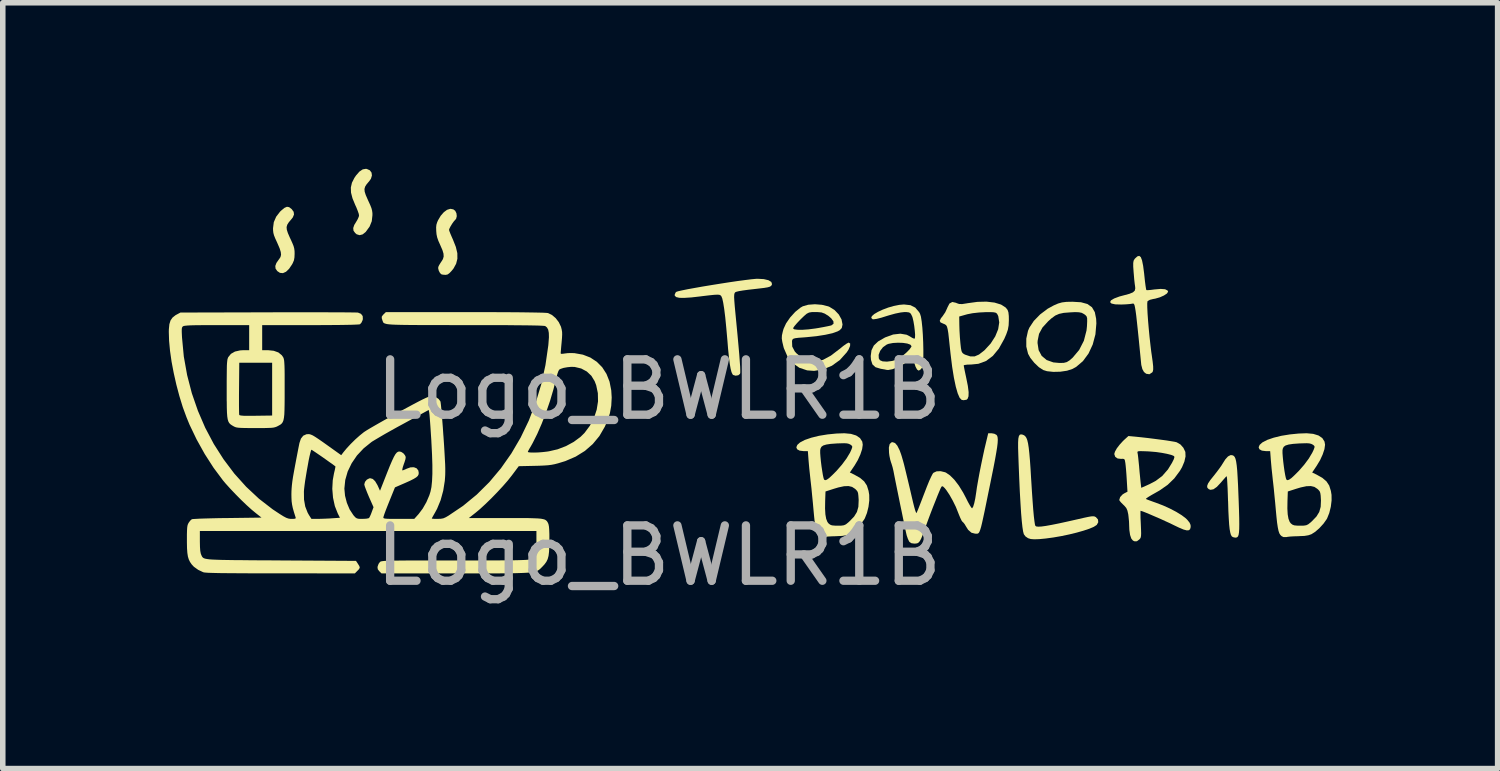
<source format=kicad_pcb>
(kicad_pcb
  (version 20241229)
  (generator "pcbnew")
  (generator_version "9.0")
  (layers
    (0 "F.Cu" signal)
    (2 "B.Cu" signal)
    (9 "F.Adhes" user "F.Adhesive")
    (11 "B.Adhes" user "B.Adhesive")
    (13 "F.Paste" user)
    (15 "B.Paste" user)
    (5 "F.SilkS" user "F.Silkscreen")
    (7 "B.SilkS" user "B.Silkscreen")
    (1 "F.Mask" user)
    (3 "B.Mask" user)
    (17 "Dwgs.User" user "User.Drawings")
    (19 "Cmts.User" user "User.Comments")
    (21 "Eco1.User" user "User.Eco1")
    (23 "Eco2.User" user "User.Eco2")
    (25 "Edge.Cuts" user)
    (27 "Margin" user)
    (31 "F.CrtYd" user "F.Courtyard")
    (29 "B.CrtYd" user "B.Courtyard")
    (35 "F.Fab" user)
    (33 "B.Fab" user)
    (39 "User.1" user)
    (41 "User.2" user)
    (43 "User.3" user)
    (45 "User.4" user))
  (footprint "Logo_BWLR1B"
    (layer "F.Cu")
    (at 8.856 4.488)
    (property "Reference" "Logo_BWLR1B" (at 0 -0.5 0) (unlocked yes) (layer "F.Fab") (effects (font (size 1 1) (thickness 0.15))))
    (attr smd)
    (fp_poly (pts (xy -5.277 -4.485) (xy -5.224 -4.461) (xy -5.193 -4.419) (xy -5.186 -4.367) (xy -5.204 -4.308) (xy -5.236 -4.263) (xy -5.281 -4.21) (xy -5.309 -4.166) (xy -5.321 -4.123) (xy -5.317 -4.075) (xy -5.298 -4.015) (xy -5.264 -3.937) (xy -5.251 -3.908) (xy -5.217 -3.834) (xy -5.195 -3.778) (xy -5.183 -3.732) (xy -5.177 -3.687) (xy -5.177 -3.649) (xy -5.189 -3.541) (xy -5.228 -3.444) (xy -5.295 -3.352) (xy -5.299 -3.347) (xy -5.354 -3.303) (xy -5.409 -3.289) (xy -5.462 -3.305) (xy -5.489 -3.328) (xy -5.519 -3.37) (xy -5.524 -3.418) (xy -5.505 -3.474) (xy -5.473 -3.526) (xy -5.444 -3.576) (xy -5.424 -3.621) (xy -5.419 -3.647) (xy -5.425 -3.678) (xy -5.443 -3.729) (xy -5.468 -3.792) (xy -5.488 -3.835) (xy -5.537 -3.954) (xy -5.564 -4.058) (xy -5.567 -4.15) (xy -5.547 -4.237) (xy -5.503 -4.324) (xy -5.473 -4.368) (xy -5.412 -4.438) (xy -5.352 -4.478) (xy -5.294 -4.488)) (stroke (width 0) (type solid)) (fill yes) (layer "F.SilkS"))
    (fp_poly (pts (xy -6.682 -3.795) (xy -6.641 -3.764) (xy -6.636 -3.76) (xy -6.6 -3.711) (xy -6.594 -3.662) (xy -6.616 -3.609) (xy -6.643 -3.575) (xy -6.688 -3.522) (xy -6.716 -3.478) (xy -6.728 -3.435) (xy -6.724 -3.388) (xy -6.705 -3.328) (xy -6.671 -3.249) (xy -6.657 -3.22) (xy -6.624 -3.147) (xy -6.602 -3.093) (xy -6.59 -3.048) (xy -6.584 -3.003) (xy -6.583 -2.953) (xy -6.586 -2.886) (xy -6.595 -2.835) (xy -6.616 -2.785) (xy -6.629 -2.761) (xy -6.683 -2.681) (xy -6.738 -2.628) (xy -6.794 -2.603) (xy -6.848 -2.608) (xy -6.896 -2.64) (xy -6.927 -2.684) (xy -6.932 -2.732) (xy -6.912 -2.787) (xy -6.865 -2.854) (xy -6.862 -2.857) (xy -6.838 -2.894) (xy -6.828 -2.935) (xy -6.833 -2.984) (xy -6.853 -3.049) (xy -6.889 -3.133) (xy -6.899 -3.156) (xy -6.933 -3.23) (xy -6.955 -3.285) (xy -6.967 -3.33) (xy -6.972 -3.374) (xy -6.973 -3.415) (xy -6.959 -3.524) (xy -6.916 -3.623) (xy -6.845 -3.715) (xy -6.819 -3.739) (xy -6.765 -3.783) (xy -6.721 -3.802)) (stroke (width 0) (type solid)) (fill yes) (layer "F.SilkS"))
    (fp_poly (pts (xy -3.715 -3.755) (xy -3.681 -3.729) (xy -3.659 -3.684) (xy -3.653 -3.633) (xy -3.664 -3.588) (xy -3.678 -3.569) (xy -3.704 -3.541) (xy -3.735 -3.498) (xy -3.764 -3.451) (xy -3.785 -3.41) (xy -3.793 -3.386) (xy -3.787 -3.363) (xy -3.77 -3.319) (xy -3.745 -3.26) (xy -3.721 -3.206) (xy -3.67 -3.077) (xy -3.643 -2.964) (xy -3.642 -2.863) (xy -3.665 -2.772) (xy -3.713 -2.685) (xy -3.748 -2.642) (xy -3.789 -2.6) (xy -3.821 -2.578) (xy -3.854 -2.572) (xy -3.861 -2.572) (xy -3.902 -2.575) (xy -3.93 -2.581) (xy -3.956 -2.605) (xy -3.978 -2.646) (xy -3.989 -2.69) (xy -3.987 -2.715) (xy -3.972 -2.747) (xy -3.945 -2.791) (xy -3.932 -2.81) (xy -3.903 -2.857) (xy -3.89 -2.903) (xy -3.893 -2.955) (xy -3.912 -3.019) (xy -3.948 -3.102) (xy -3.952 -3.111) (xy -3.986 -3.187) (xy -4.007 -3.248) (xy -4.019 -3.305) (xy -4.024 -3.364) (xy -4.026 -3.43) (xy -4.021 -3.478) (xy -4.007 -3.523) (xy -3.991 -3.559) (xy -3.943 -3.64) (xy -3.887 -3.704) (xy -3.829 -3.747) (xy -3.774 -3.764) (xy -3.767 -3.765)) (stroke (width 0) (type solid)) (fill yes) (layer "F.SilkS"))
    (fp_poly (pts (xy 10.363 0.688) (xy 10.384 0.698) (xy 10.402 0.718) (xy 10.417 0.752) (xy 10.429 0.803) (xy 10.439 0.873) (xy 10.448 0.965) (xy 10.455 1.083) (xy 10.463 1.23) (xy 10.47 1.408) (xy 10.474 1.507) (xy 10.48 1.68) (xy 10.484 1.821) (xy 10.485 1.932) (xy 10.484 2.017) (xy 10.48 2.08) (xy 10.473 2.124) (xy 10.463 2.152) (xy 10.448 2.168) (xy 10.429 2.175) (xy 10.412 2.176) (xy 10.371 2.167) (xy 10.35 2.153) (xy 10.334 2.126) (xy 10.322 2.083) (xy 10.311 2.022) (xy 10.302 1.938) (xy 10.295 1.829) (xy 10.288 1.691) (xy 10.283 1.52) (xy 10.282 1.515) (xy 10.278 1.392) (xy 10.274 1.282) (xy 10.269 1.19) (xy 10.265 1.12) (xy 10.26 1.077) (xy 10.257 1.066) (xy 10.24 1.081) (xy 10.207 1.118) (xy 10.164 1.168) (xy 10.151 1.183) (xy 10.08 1.259) (xy 10.019 1.302) (xy 9.966 1.312) (xy 9.935 1.301) (xy 9.909 1.276) (xy 9.904 1.243) (xy 9.921 1.197) (xy 9.962 1.136) (xy 10.014 1.071) (xy 10.07 1) (xy 10.123 0.93) (xy 10.165 0.87) (xy 10.179 0.847) (xy 10.233 0.762) (xy 10.281 0.709) (xy 10.325 0.686) (xy 10.339 0.685)) (stroke (width 0) (type solid)) (fill yes) (layer "F.SilkS"))
    (fp_poly (pts (xy 7.625 -2.077) (xy 7.742 -2.045) (xy 7.824 -1.986) (xy 7.875 -1.898) (xy 7.899 -1.778) (xy 7.903 -1.695) (xy 7.886 -1.497) (xy 7.837 -1.313) (xy 7.761 -1.15) (xy 7.66 -1.013) (xy 7.538 -0.909) (xy 7.473 -0.873) (xy 7.373 -0.84) (xy 7.251 -0.822) (xy 7.125 -0.819) (xy 7.012 -0.831) (xy 6.944 -0.852) (xy 6.865 -0.903) (xy 6.783 -0.981) (xy 6.711 -1.07) (xy 6.669 -1.146) (xy 6.637 -1.276) (xy 6.637 -1.341) (xy 6.84 -1.341) (xy 6.86 -1.211) (xy 6.915 -1.108) (xy 7.005 -1.033) (xy 7.126 -0.99) (xy 7.237 -0.98) (xy 7.315 -0.982) (xy 7.369 -0.996) (xy 7.419 -1.027) (xy 7.474 -1.075) (xy 7.592 -1.215) (xy 7.677 -1.381) (xy 7.725 -1.567) (xy 7.733 -1.644) (xy 7.737 -1.734) (xy 7.736 -1.79) (xy 7.725 -1.824) (xy 7.703 -1.847) (xy 7.679 -1.864) (xy 7.638 -1.886) (xy 7.588 -1.896) (xy 7.517 -1.899) (xy 7.427 -1.894) (xy 7.313 -1.885) (xy 7.23 -1.867) (xy 7.161 -1.837) (xy 7.091 -1.786) (xy 7.031 -1.732) (xy 6.929 -1.62) (xy 6.867 -1.506) (xy 6.842 -1.381) (xy 6.84 -1.341) (xy 6.637 -1.341) (xy 6.637 -1.42) (xy 6.668 -1.561) (xy 6.693 -1.619) (xy 6.773 -1.74) (xy 6.887 -1.857) (xy 7.023 -1.96) (xy 7.131 -2.019) (xy 7.211 -2.054) (xy 7.282 -2.074) (xy 7.363 -2.084) (xy 7.471 -2.086) (xy 7.471 -2.086)) (stroke (width 0) (type solid)) (fill yes) (layer "F.SilkS"))
    (fp_poly (pts (xy 6.57 0.315) (xy 6.572 0.316) (xy 6.598 0.327) (xy 6.62 0.346) (xy 6.639 0.374) (xy 6.655 0.416) (xy 6.669 0.475) (xy 6.681 0.553) (xy 6.692 0.654) (xy 6.703 0.78) (xy 6.714 0.937) (xy 6.725 1.125) (xy 6.727 1.152) (xy 6.739 1.346) (xy 6.751 1.518) (xy 6.762 1.666) (xy 6.773 1.787) (xy 6.784 1.878) (xy 6.793 1.938) (xy 6.801 1.963) (xy 6.818 1.974) (xy 6.854 1.978) (xy 6.911 1.975) (xy 6.991 1.964) (xy 7.097 1.945) (xy 7.231 1.918) (xy 7.395 1.882) (xy 7.577 1.841) (xy 7.681 1.817) (xy 7.757 1.801) (xy 7.809 1.792) (xy 7.844 1.79) (xy 7.869 1.793) (xy 7.888 1.802) (xy 7.895 1.806) (xy 7.932 1.848) (xy 7.937 1.898) (xy 7.91 1.946) (xy 7.906 1.949) (xy 7.856 1.981) (xy 7.776 2.015) (xy 7.671 2.05) (xy 7.548 2.085) (xy 7.413 2.118) (xy 7.27 2.148) (xy 7.126 2.173) (xy 6.986 2.192) (xy 6.871 2.203) (xy 6.781 2.206) (xy 6.717 2.201) (xy 6.669 2.186) (xy 6.669 2.186) (xy 6.623 2.155) (xy 6.593 2.115) (xy 6.592 2.112) (xy 6.579 2.063) (xy 6.567 1.984) (xy 6.555 1.873) (xy 6.543 1.73) (xy 6.532 1.555) (xy 6.52 1.346) (xy 6.509 1.103) (xy 6.498 0.825) (xy 6.493 0.685) (xy 6.489 0.555) (xy 6.489 0.457) (xy 6.493 0.387) (xy 6.503 0.342) (xy 6.518 0.318) (xy 6.54 0.31)) (stroke (width 0) (type solid)) (fill yes) (layer "F.SilkS"))
    (fp_poly (pts (xy 1.894 -2.495) (xy 1.979 -2.475) (xy 2.03 -2.444) (xy 2.043 -2.404) (xy 2.04 -2.396) (xy 2.029 -2.375) (xy 2.006 -2.359) (xy 1.966 -2.347) (xy 1.9 -2.336) (xy 1.8 -2.324) (xy 1.721 -2.315) (xy 1.615 -2.303) (xy 1.519 -2.29) (xy 1.447 -2.278) (xy 1.422 -2.272) (xy 1.398 -2.266) (xy 1.379 -2.258) (xy 1.367 -2.243) (xy 1.36 -2.215) (xy 1.358 -2.169) (xy 1.362 -2.099) (xy 1.37 -1.998) (xy 1.383 -1.862) (xy 1.396 -1.728) (xy 1.419 -1.488) (xy 1.437 -1.291) (xy 1.451 -1.132) (xy 1.46 -1.008) (xy 1.467 -0.915) (xy 1.469 -0.849) (xy 1.469 -0.807) (xy 1.465 -0.785) (xy 1.465 -0.784) (xy 1.434 -0.758) (xy 1.385 -0.75) (xy 1.341 -0.763) (xy 1.33 -0.774) (xy 1.311 -0.814) (xy 1.295 -0.875) (xy 1.28 -0.961) (xy 1.265 -1.079) (xy 1.249 -1.233) (xy 1.238 -1.371) (xy 1.217 -1.608) (xy 1.198 -1.802) (xy 1.179 -1.955) (xy 1.161 -2.068) (xy 1.144 -2.145) (xy 1.126 -2.188) (xy 1.125 -2.189) (xy 1.111 -2.203) (xy 1.09 -2.212) (xy 1.053 -2.214) (xy 0.995 -2.211) (xy 0.907 -2.202) (xy 0.781 -2.187) (xy 0.751 -2.183) (xy 0.584 -2.164) (xy 0.458 -2.156) (xy 0.369 -2.157) (xy 0.313 -2.17) (xy 0.287 -2.193) (xy 0.283 -2.21) (xy 0.299 -2.25) (xy 0.312 -2.264) (xy 0.344 -2.275) (xy 0.414 -2.291) (xy 0.517 -2.312) (xy 0.644 -2.335) (xy 0.79 -2.361) (xy 0.948 -2.387) (xy 1.11 -2.413) (xy 1.27 -2.438) (xy 1.42 -2.46) (xy 1.556 -2.478) (xy 1.668 -2.492) (xy 1.752 -2.5) (xy 1.784 -2.501)) (stroke (width 0) (type solid)) (fill yes) (layer "F.SilkS"))
    (fp_poly (pts (xy 8.706 -2.892) (xy 8.728 -2.834) (xy 8.748 -2.736) (xy 8.766 -2.597) (xy 8.77 -2.558) (xy 8.781 -2.455) (xy 8.792 -2.371) (xy 8.801 -2.315) (xy 8.806 -2.297) (xy 8.832 -2.295) (xy 8.889 -2.3) (xy 8.949 -2.308) (xy 9.063 -2.318) (xy 9.145 -2.312) (xy 9.19 -2.289) (xy 9.199 -2.267) (xy 9.178 -2.235) (xy 9.124 -2.199) (xy 9.05 -2.166) (xy 8.966 -2.142) (xy 8.931 -2.136) (xy 8.87 -2.121) (xy 8.83 -2.098) (xy 8.826 -2.091) (xy 8.822 -2.053) (xy 8.823 -1.978) (xy 8.828 -1.872) (xy 8.837 -1.745) (xy 8.849 -1.605) (xy 8.863 -1.458) (xy 8.879 -1.314) (xy 8.895 -1.18) (xy 8.903 -1.126) (xy 8.92 -1.004) (xy 8.929 -0.92) (xy 8.93 -0.864) (xy 8.924 -0.83) (xy 8.913 -0.81) (xy 8.861 -0.776) (xy 8.803 -0.785) (xy 8.763 -0.817) (xy 8.734 -0.869) (xy 8.716 -0.939) (xy 8.714 -0.949) (xy 8.689 -1.204) (xy 8.668 -1.416) (xy 8.65 -1.59) (xy 8.635 -1.73) (xy 8.623 -1.839) (xy 8.612 -1.92) (xy 8.602 -1.979) (xy 8.594 -2.018) (xy 8.585 -2.041) (xy 8.576 -2.051) (xy 8.566 -2.054) (xy 8.555 -2.052) (xy 8.509 -2.045) (xy 8.433 -2.039) (xy 8.352 -2.036) (xy 8.243 -2.039) (xy 8.176 -2.054) (xy 8.151 -2.079) (xy 8.167 -2.111) (xy 8.224 -2.145) (xy 8.32 -2.181) (xy 8.395 -2.201) (xy 8.499 -2.229) (xy 8.564 -2.256) (xy 8.597 -2.287) (xy 8.606 -2.328) (xy 8.603 -2.361) (xy 8.596 -2.41) (xy 8.587 -2.49) (xy 8.579 -2.587) (xy 8.576 -2.62) (xy 8.569 -2.72) (xy 8.569 -2.786) (xy 8.576 -2.828) (xy 8.593 -2.857) (xy 8.601 -2.867) (xy 8.644 -2.906) (xy 8.678 -2.915)) (stroke (width 0) (type solid)) (fill yes) (layer "F.SilkS"))
    (fp_poly (pts (xy 2.944 -2.031) (xy 3.058 -2.003) (xy 3.08 -1.994) (xy 3.173 -1.936) (xy 3.249 -1.856) (xy 3.299 -1.766) (xy 3.316 -1.678) (xy 3.316 -1.671) (xy 3.303 -1.611) (xy 3.267 -1.573) (xy 3.228 -1.551) (xy 3.136 -1.518) (xy 3.005 -1.489) (xy 2.846 -1.464) (xy 2.667 -1.446) (xy 2.619 -1.442) (xy 2.52 -1.435) (xy 2.459 -1.427) (xy 2.425 -1.416) (xy 2.409 -1.398) (xy 2.404 -1.374) (xy 2.408 -1.276) (xy 2.454 -1.188) (xy 2.486 -1.153) (xy 2.597 -1.061) (xy 2.712 -1.011) (xy 2.834 -1.003) (xy 2.964 -1.036) (xy 3.105 -1.112) (xy 3.261 -1.231) (xy 3.262 -1.231) (xy 3.33 -1.287) (xy 3.388 -1.328) (xy 3.425 -1.347) (xy 3.429 -1.348) (xy 3.455 -1.331) (xy 3.453 -1.287) (xy 3.426 -1.223) (xy 3.393 -1.172) (xy 3.269 -1.034) (xy 3.125 -0.93) (xy 2.967 -0.864) (xy 2.803 -0.837) (xy 2.678 -0.846) (xy 2.537 -0.893) (xy 2.416 -0.978) (xy 2.322 -1.097) (xy 2.257 -1.246) (xy 2.251 -1.267) (xy 2.229 -1.359) (xy 2.219 -1.424) (xy 2.222 -1.48) (xy 2.237 -1.546) (xy 2.251 -1.596) (xy 2.255 -1.605) (xy 2.423 -1.605) (xy 2.444 -1.588) (xy 2.503 -1.58) (xy 2.591 -1.579) (xy 2.701 -1.587) (xy 2.825 -1.603) (xy 2.881 -1.612) (xy 2.975 -1.629) (xy 3.055 -1.645) (xy 3.108 -1.657) (xy 3.117 -1.66) (xy 3.154 -1.688) (xy 3.152 -1.732) (xy 3.113 -1.786) (xy 3.063 -1.829) (xy 2.997 -1.871) (xy 2.937 -1.893) (xy 2.859 -1.9) (xy 2.829 -1.9) (xy 2.76 -1.899) (xy 2.712 -1.891) (xy 2.67 -1.87) (xy 2.622 -1.829) (xy 2.557 -1.766) (xy 2.495 -1.701) (xy 2.448 -1.646) (xy 2.424 -1.61) (xy 2.423 -1.605) (xy 2.255 -1.605) (xy 2.297 -1.696) (xy 2.371 -1.803) (xy 2.462 -1.903) (xy 2.556 -1.979) (xy 2.599 -2.004) (xy 2.697 -2.032) (xy 2.818 -2.041)) (stroke (width 0) (type solid)) (fill yes) (layer "F.SilkS"))
    (fp_poly (pts (xy 6.063 -2.071) (xy 6.181 -2.035) (xy 6.265 -1.981) (xy 6.27 -1.975) (xy 6.299 -1.938) (xy 6.314 -1.894) (xy 6.321 -1.828) (xy 6.322 -1.754) (xy 6.318 -1.66) (xy 6.304 -1.581) (xy 6.276 -1.5) (xy 6.239 -1.415) (xy 6.141 -1.239) (xy 6.032 -1.107) (xy 5.91 -1.016) (xy 5.772 -0.965) (xy 5.643 -0.952) (xy 5.571 -0.95) (xy 5.521 -0.943) (xy 5.506 -0.936) (xy 5.511 -0.908) (xy 5.523 -0.846) (xy 5.541 -0.761) (xy 5.551 -0.714) (xy 5.581 -0.565) (xy 5.595 -0.454) (xy 5.593 -0.378) (xy 5.576 -0.332) (xy 5.558 -0.316) (xy 5.504 -0.307) (xy 5.469 -0.313) (xy 5.433 -0.35) (xy 5.398 -0.43) (xy 5.363 -0.552) (xy 5.329 -0.714) (xy 5.297 -0.913) (xy 5.268 -1.149) (xy 5.254 -1.279) (xy 5.239 -1.42) (xy 5.228 -1.521) (xy 5.216 -1.591) (xy 5.204 -1.636) (xy 5.188 -1.663) (xy 5.166 -1.678) (xy 5.138 -1.69) (xy 5.137 -1.69) (xy 5.087 -1.713) (xy 5.073 -1.742) (xy 5.094 -1.787) (xy 5.12 -1.819) (xy 5.425 -1.819) (xy 5.427 -1.67) (xy 5.43 -1.568) (xy 5.437 -1.447) (xy 5.446 -1.34) (xy 5.456 -1.249) (xy 5.467 -1.193) (xy 5.484 -1.161) (xy 5.511 -1.14) (xy 5.537 -1.128) (xy 5.627 -1.098) (xy 5.705 -1.099) (xy 5.782 -1.132) (xy 5.87 -1.2) (xy 5.883 -1.211) (xy 5.993 -1.331) (xy 6.076 -1.46) (xy 6.129 -1.59) (xy 6.148 -1.713) (xy 6.131 -1.823) (xy 6.123 -1.842) (xy 6.108 -1.87) (xy 6.087 -1.887) (xy 6.049 -1.896) (xy 5.985 -1.899) (xy 5.899 -1.898) (xy 5.784 -1.892) (xy 5.667 -1.879) (xy 5.57 -1.86) (xy 5.563 -1.858) (xy 5.425 -1.819) (xy 5.12 -1.819) (xy 5.126 -1.827) (xy 5.173 -1.896) (xy 5.21 -1.976) (xy 5.212 -1.983) (xy 5.249 -2.054) (xy 5.3 -2.082) (xy 5.368 -2.067) (xy 5.381 -2.06) (xy 5.423 -2.046) (xy 5.478 -2.044) (xy 5.561 -2.057) (xy 5.578 -2.06) (xy 5.754 -2.084) (xy 5.918 -2.088)) (stroke (width 0) (type solid)) (fill yes) (layer "F.SilkS"))
    (fp_poly (pts (xy 4.544 -2.024) (xy 4.631 -1.98) (xy 4.7 -1.899) (xy 4.717 -1.869) (xy 4.733 -1.817) (xy 4.747 -1.73) (xy 4.759 -1.617) (xy 4.768 -1.488) (xy 4.774 -1.352) (xy 4.777 -1.218) (xy 4.777 -1.095) (xy 4.772 -0.993) (xy 4.763 -0.921) (xy 4.754 -0.894) (xy 4.719 -0.855) (xy 4.691 -0.842) (xy 4.663 -0.862) (xy 4.636 -0.912) (xy 4.615 -0.976) (xy 4.609 -1.029) (xy 4.604 -1.063) (xy 4.584 -1.067) (xy 4.541 -1.042) (xy 4.507 -1.018) (xy 4.412 -0.955) (xy 4.312 -0.903) (xy 4.218 -0.867) (xy 4.142 -0.853) (xy 4.114 -0.855) (xy 4.078 -0.863) (xy 4.017 -0.873) (xy 4.003 -0.876) (xy 3.913 -0.903) (xy 3.857 -0.954) (xy 3.831 -1.035) (xy 3.826 -1.105) (xy 3.829 -1.127) (xy 3.969 -1.127) (xy 3.972 -1.063) (xy 3.992 -1.03) (xy 4.041 -1.009) (xy 4.119 -1.004) (xy 4.212 -1.016) (xy 4.285 -1.037) (xy 4.342 -1.066) (xy 4.408 -1.114) (xy 4.474 -1.171) (xy 4.528 -1.226) (xy 4.559 -1.271) (xy 4.563 -1.284) (xy 4.542 -1.311) (xy 4.487 -1.331) (xy 4.409 -1.343) (xy 4.319 -1.346) (xy 4.229 -1.341) (xy 4.15 -1.326) (xy 4.116 -1.313) (xy 4.047 -1.264) (xy 3.996 -1.198) (xy 3.969 -1.127) (xy 3.829 -1.127) (xy 3.84 -1.209) (xy 3.882 -1.295) (xy 3.96 -1.369) (xy 4.078 -1.437) (xy 4.09 -1.443) (xy 4.231 -1.494) (xy 4.362 -1.509) (xy 4.475 -1.49) (xy 4.528 -1.463) (xy 4.579 -1.432) (xy 4.615 -1.417) (xy 4.617 -1.417) (xy 4.626 -1.438) (xy 4.628 -1.491) (xy 4.622 -1.566) (xy 4.612 -1.651) (xy 4.598 -1.733) (xy 4.582 -1.801) (xy 4.573 -1.825) (xy 4.55 -1.871) (xy 4.52 -1.893) (xy 4.467 -1.9) (xy 4.435 -1.9) (xy 4.365 -1.892) (xy 4.268 -1.872) (xy 4.16 -1.842) (xy 4.114 -1.828) (xy 4.018 -1.798) (xy 3.935 -1.777) (xy 3.878 -1.769) (xy 3.861 -1.77) (xy 3.835 -1.794) (xy 3.847 -1.826) (xy 3.89 -1.864) (xy 3.958 -1.904) (xy 4.044 -1.944) (xy 4.142 -1.981) (xy 4.244 -2.01) (xy 4.344 -2.03) (xy 4.427 -2.037)) (stroke (width 0) (type solid)) (fill yes) (layer "F.SilkS"))
    (fp_poly (pts (xy 3.468 0.301) (xy 3.563 0.33) (xy 3.632 0.377) (xy 3.673 0.44) (xy 3.682 0.497) (xy 3.671 0.577) (xy 3.639 0.673) (xy 3.592 0.776) (xy 3.532 0.877) (xy 3.53 0.879) (xy 3.449 0.999) (xy 3.528 1.037) (xy 3.633 1.096) (xy 3.707 1.159) (xy 3.757 1.235) (xy 3.787 1.331) (xy 3.799 1.403) (xy 3.8 1.504) (xy 3.786 1.618) (xy 3.758 1.731) (xy 3.72 1.826) (xy 3.71 1.844) (xy 3.654 1.923) (xy 3.583 2.002) (xy 3.506 2.069) (xy 3.436 2.114) (xy 3.382 2.133) (xy 3.309 2.145) (xy 3.211 2.149) (xy 3.206 2.15) (xy 3.127 2.152) (xy 3.055 2.156) (xy 3.002 2.162) (xy 2.991 2.165) (xy 2.931 2.166) (xy 2.897 2.149) (xy 2.875 2.128) (xy 2.856 2.098) (xy 2.841 2.053) (xy 2.828 1.99) (xy 2.815 1.904) (xy 2.803 1.79) (xy 2.792 1.673) (xy 2.79 1.65) (xy 3.001 1.65) (xy 3.007 1.756) (xy 3.021 1.835) (xy 3.043 1.891) (xy 3.063 1.918) (xy 3.092 1.941) (xy 3.125 1.954) (xy 3.176 1.959) (xy 3.23 1.96) (xy 3.297 1.959) (xy 3.342 1.952) (xy 3.379 1.935) (xy 3.421 1.901) (xy 3.445 1.879) (xy 3.526 1.795) (xy 3.577 1.712) (xy 3.603 1.619) (xy 3.608 1.505) (xy 3.608 1.491) (xy 3.603 1.418) (xy 3.597 1.37) (xy 3.584 1.338) (xy 3.562 1.312) (xy 3.543 1.294) (xy 3.489 1.259) (xy 3.425 1.244) (xy 3.344 1.247) (xy 3.241 1.269) (xy 3.161 1.293) (xy 3.009 1.342) (xy 3.003 1.512) (xy 3.001 1.65) (xy 2.79 1.65) (xy 2.781 1.549) (xy 2.768 1.419) (xy 2.756 1.293) (xy 2.744 1.185) (xy 2.739 1.143) (xy 2.728 1.038) (xy 2.716 0.928) (xy 2.707 0.827) (xy 2.702 0.77) (xy 2.693 0.647) (xy 2.913 0.647) (xy 2.918 0.716) (xy 2.926 0.799) (xy 2.937 0.888) (xy 2.95 0.973) (xy 2.962 1.047) (xy 2.974 1.101) (xy 2.984 1.128) (xy 3.004 1.138) (xy 3.033 1.129) (xy 3.075 1.099) (xy 3.133 1.045) (xy 3.208 0.97) (xy 3.304 0.86) (xy 3.388 0.747) (xy 3.452 0.641) (xy 3.475 0.591) (xy 3.491 0.547) (xy 3.491 0.523) (xy 3.471 0.503) (xy 3.457 0.494) (xy 3.43 0.481) (xy 3.396 0.473) (xy 3.347 0.47) (xy 3.274 0.472) (xy 3.215 0.474) (xy 3.103 0.482) (xy 3.023 0.494) (xy 2.968 0.511) (xy 2.935 0.535) (xy 2.918 0.569) (xy 2.913 0.599) (xy 2.913 0.647) (xy 2.693 0.647) (xy 2.69 0.613) (xy 2.615 0.613) (xy 2.541 0.604) (xy 2.496 0.579) (xy 2.482 0.543) (xy 2.5 0.5) (xy 2.549 0.456) (xy 2.637 0.41) (xy 2.754 0.37) (xy 2.892 0.336) (xy 3.046 0.311) (xy 3.207 0.295) (xy 3.35 0.29)) (stroke (width 0) (type solid)) (fill yes) (layer "F.SilkS"))
    (fp_poly (pts (xy 11.821 0.301) (xy 11.916 0.33) (xy 11.985 0.377) (xy 12.025 0.44) (xy 12.035 0.497) (xy 12.024 0.577) (xy 11.992 0.673) (xy 11.945 0.776) (xy 11.884 0.877) (xy 11.883 0.879) (xy 11.802 0.999) (xy 11.881 1.037) (xy 11.986 1.096) (xy 12.06 1.159) (xy 12.11 1.235) (xy 12.14 1.331) (xy 12.152 1.403) (xy 12.153 1.504) (xy 12.139 1.618) (xy 12.111 1.731) (xy 12.073 1.826) (xy 12.063 1.844) (xy 12.007 1.923) (xy 11.935 2.002) (xy 11.859 2.069) (xy 11.789 2.114) (xy 11.734 2.133) (xy 11.662 2.145) (xy 11.564 2.149) (xy 11.559 2.15) (xy 11.479 2.152) (xy 11.407 2.156) (xy 11.355 2.162) (xy 11.344 2.165) (xy 11.284 2.166) (xy 11.25 2.149) (xy 11.228 2.128) (xy 11.209 2.098) (xy 11.194 2.053) (xy 11.181 1.99) (xy 11.168 1.904) (xy 11.156 1.79) (xy 11.145 1.673) (xy 11.143 1.65) (xy 11.354 1.65) (xy 11.36 1.756) (xy 11.374 1.835) (xy 11.396 1.891) (xy 11.416 1.918) (xy 11.445 1.941) (xy 11.478 1.954) (xy 11.529 1.959) (xy 11.583 1.96) (xy 11.65 1.959) (xy 11.695 1.952) (xy 11.731 1.935) (xy 11.774 1.901) (xy 11.798 1.879) (xy 11.879 1.795) (xy 11.93 1.712) (xy 11.956 1.619) (xy 11.961 1.505) (xy 11.96 1.491) (xy 11.956 1.418) (xy 11.949 1.37) (xy 11.937 1.338) (xy 11.915 1.312) (xy 11.895 1.294) (xy 11.842 1.259) (xy 11.778 1.244) (xy 11.697 1.247) (xy 11.594 1.269) (xy 11.514 1.293) (xy 11.362 1.342) (xy 11.356 1.512) (xy 11.354 1.65) (xy 11.143 1.65) (xy 11.134 1.549) (xy 11.121 1.419) (xy 11.109 1.293) (xy 11.097 1.185) (xy 11.092 1.143) (xy 11.081 1.038) (xy 11.069 0.928) (xy 11.06 0.827) (xy 11.055 0.77) (xy 11.046 0.647) (xy 11.266 0.647) (xy 11.271 0.716) (xy 11.279 0.799) (xy 11.29 0.888) (xy 11.302 0.973) (xy 11.315 1.047) (xy 11.327 1.101) (xy 11.337 1.128) (xy 11.356 1.138) (xy 11.385 1.129) (xy 11.428 1.099) (xy 11.486 1.045) (xy 11.561 0.97) (xy 11.657 0.86) (xy 11.741 0.747) (xy 11.804 0.641) (xy 11.828 0.591) (xy 11.844 0.547) (xy 11.844 0.523) (xy 11.824 0.503) (xy 11.81 0.494) (xy 11.783 0.481) (xy 11.749 0.473) (xy 11.7 0.47) (xy 11.627 0.472) (xy 11.568 0.474) (xy 11.456 0.482) (xy 11.376 0.494) (xy 11.321 0.511) (xy 11.288 0.535) (xy 11.271 0.569) (xy 11.266 0.599) (xy 11.266 0.647) (xy 11.046 0.647) (xy 11.043 0.613) (xy 10.968 0.613) (xy 10.894 0.604) (xy 10.849 0.579) (xy 10.835 0.543) (xy 10.853 0.5) (xy 10.902 0.456) (xy 10.99 0.41) (xy 11.107 0.37) (xy 11.245 0.336) (xy 11.399 0.311) (xy 11.559 0.295) (xy 11.703 0.29)) (stroke (width 0) (type solid)) (fill yes) (layer "F.SilkS"))
    (fp_poly (pts (xy 8.611 0.352) (xy 8.717 0.363) (xy 8.832 0.376) (xy 8.951 0.391) (xy 9.066 0.406) (xy 9.17 0.42) (xy 9.257 0.434) (xy 9.322 0.445) (xy 9.354 0.453) (xy 9.42 0.491) (xy 9.475 0.552) (xy 9.509 0.623) (xy 9.511 0.631) (xy 9.514 0.709) (xy 9.493 0.803) (xy 9.451 0.903) (xy 9.413 0.969) (xy 9.311 1.106) (xy 9.191 1.222) (xy 9.046 1.323) (xy 8.969 1.367) (xy 8.898 1.407) (xy 8.842 1.441) (xy 8.807 1.465) (xy 8.798 1.477) (xy 8.819 1.487) (xy 8.867 1.505) (xy 8.933 1.529) (xy 8.981 1.546) (xy 9.107 1.594) (xy 9.231 1.65) (xy 9.346 1.71) (xy 9.445 1.771) (xy 9.52 1.828) (xy 9.546 1.854) (xy 9.587 1.905) (xy 9.605 1.947) (xy 9.607 1.984) (xy 9.597 2.022) (xy 9.575 2.042) (xy 9.537 2.045) (xy 9.479 2.03) (xy 9.398 1.996) (xy 9.302 1.95) (xy 9.233 1.916) (xy 9.149 1.878) (xy 9.058 1.836) (xy 8.965 1.796) (xy 8.877 1.758) (xy 8.801 1.726) (xy 8.742 1.703) (xy 8.707 1.692) (xy 8.701 1.691) (xy 8.7 1.708) (xy 8.7 1.754) (xy 8.701 1.823) (xy 8.705 1.908) (xy 8.706 1.931) (xy 8.71 2.028) (xy 8.712 2.096) (xy 8.71 2.141) (xy 8.705 2.171) (xy 8.695 2.191) (xy 8.679 2.209) (xy 8.679 2.209) (xy 8.636 2.241) (xy 8.595 2.243) (xy 8.564 2.229) (xy 8.534 2.192) (xy 8.512 2.127) (xy 8.499 2.038) (xy 8.496 1.969) (xy 8.493 1.886) (xy 8.484 1.795) (xy 8.479 1.754) (xy 8.464 1.687) (xy 8.443 1.64) (xy 8.406 1.597) (xy 8.389 1.581) (xy 8.349 1.541) (xy 8.322 1.508) (xy 8.317 1.494) (xy 8.333 1.443) (xy 8.377 1.395) (xy 8.409 1.375) (xy 8.465 1.346) (xy 8.452 1.128) (xy 8.446 1.034) (xy 8.439 0.945) (xy 8.432 0.872) (xy 8.427 0.829) (xy 8.418 0.779) (xy 8.406 0.756) (xy 8.379 0.751) (xy 8.35 0.753) (xy 8.287 0.746) (xy 8.244 0.716) (xy 8.227 0.667) (xy 8.227 0.664) (xy 8.235 0.636) (xy 8.645 0.636) (xy 8.646 0.642) (xy 8.652 0.673) (xy 8.659 0.73) (xy 8.667 0.808) (xy 8.676 0.896) (xy 8.676 0.9) (xy 8.684 0.994) (xy 8.693 1.083) (xy 8.7 1.155) (xy 8.705 1.2) (xy 8.714 1.276) (xy 8.798 1.239) (xy 8.864 1.209) (xy 8.939 1.17) (xy 8.976 1.15) (xy 9.092 1.063) (xy 9.196 0.944) (xy 9.268 0.827) (xy 9.299 0.766) (xy 9.312 0.729) (xy 9.31 0.708) (xy 9.302 0.701) (xy 9.255 0.681) (xy 9.18 0.662) (xy 9.086 0.644) (xy 8.982 0.629) (xy 8.876 0.62) (xy 8.831 0.617) (xy 8.746 0.614) (xy 8.69 0.613) (xy 8.659 0.616) (xy 8.646 0.624) (xy 8.645 0.636) (xy 8.235 0.636) (xy 8.24 0.621) (xy 8.273 0.562) (xy 8.323 0.497) (xy 8.382 0.432) (xy 8.407 0.408) (xy 8.482 0.34)) (stroke (width 0) (type solid)) (fill yes) (layer "F.SilkS"))
    (fp_poly (pts (xy 6.06 0.299) (xy 6.099 0.32) (xy 6.099 0.32) (xy 6.112 0.339) (xy 6.119 0.367) (xy 6.122 0.409) (xy 6.119 0.467) (xy 6.11 0.543) (xy 6.094 0.642) (xy 6.072 0.766) (xy 6.043 0.917) (xy 6.006 1.099) (xy 5.99 1.179) (xy 5.948 1.383) (xy 5.913 1.555) (xy 5.884 1.697) (xy 5.859 1.813) (xy 5.839 1.904) (xy 5.822 1.975) (xy 5.807 2.026) (xy 5.794 2.062) (xy 5.782 2.085) (xy 5.769 2.098) (xy 5.756 2.104) (xy 5.741 2.105) (xy 5.723 2.104) (xy 5.712 2.104) (xy 5.646 2.087) (xy 5.587 2.036) (xy 5.55 1.978) (xy 5.522 1.931) (xy 5.495 1.898) (xy 5.487 1.893) (xy 5.469 1.87) (xy 5.445 1.821) (xy 5.418 1.756) (xy 5.407 1.728) (xy 5.364 1.62) (xy 5.309 1.509) (xy 5.25 1.404) (xy 5.192 1.317) (xy 5.164 1.282) (xy 5.133 1.252) (xy 5.114 1.247) (xy 5.102 1.26) (xy 5.088 1.287) (xy 5.064 1.343) (xy 5.032 1.42) (xy 4.995 1.514) (xy 4.953 1.619) (xy 4.911 1.728) (xy 4.87 1.837) (xy 4.833 1.938) (xy 4.805 2.014) (xy 4.769 2.116) (xy 4.74 2.188) (xy 4.715 2.236) (xy 4.692 2.264) (xy 4.666 2.279) (xy 4.633 2.283) (xy 4.616 2.284) (xy 4.562 2.277) (xy 4.528 2.255) (xy 4.519 2.243) (xy 4.498 2.199) (xy 4.478 2.142) (xy 4.475 2.131) (xy 4.467 2.097) (xy 4.453 2.034) (xy 4.435 1.945) (xy 4.412 1.836) (xy 4.387 1.713) (xy 4.359 1.58) (xy 4.331 1.441) (xy 4.303 1.304) (xy 4.276 1.171) (xy 4.252 1.05) (xy 4.237 0.972) (xy 4.221 0.904) (xy 4.202 0.841) (xy 4.193 0.816) (xy 4.178 0.766) (xy 4.164 0.698) (xy 4.157 0.643) (xy 4.154 0.549) (xy 4.168 0.486) (xy 4.2 0.455) (xy 4.221 0.451) (xy 4.266 0.467) (xy 4.307 0.515) (xy 4.348 0.597) (xy 4.373 0.665) (xy 4.386 0.705) (xy 4.398 0.747) (xy 4.412 0.795) (xy 4.428 0.854) (xy 4.446 0.927) (xy 4.468 1.018) (xy 4.495 1.13) (xy 4.528 1.268) (xy 4.567 1.436) (xy 4.59 1.534) (xy 4.61 1.614) (xy 4.628 1.678) (xy 4.643 1.719) (xy 4.652 1.732) (xy 4.653 1.732) (xy 4.662 1.712) (xy 4.683 1.663) (xy 4.711 1.591) (xy 4.746 1.501) (xy 4.785 1.399) (xy 4.794 1.376) (xy 4.841 1.254) (xy 4.883 1.151) (xy 4.919 1.073) (xy 4.946 1.021) (xy 4.96 1.004) (xy 5.016 0.978) (xy 5.089 0.975) (xy 5.167 0.994) (xy 5.185 1.001) (xy 5.259 1.052) (xy 5.339 1.132) (xy 5.419 1.237) (xy 5.496 1.362) (xy 5.544 1.453) (xy 5.582 1.529) (xy 5.616 1.59) (xy 5.642 1.631) (xy 5.657 1.646) (xy 5.658 1.646) (xy 5.677 1.617) (xy 5.696 1.556) (xy 5.715 1.468) (xy 5.732 1.358) (xy 5.745 1.266) (xy 5.766 1.146) (xy 5.791 1.009) (xy 5.82 0.863) (xy 5.851 0.715) (xy 5.881 0.575) (xy 5.903 0.483) (xy 5.949 0.29) (xy 6.009 0.29)) (stroke (width 0) (type solid)) (fill yes) (layer "F.SilkS"))
    (fp_poly (pts (xy -3.5 -1.898) (xy -3.223 -1.898) (xy -2.976 -1.898) (xy -2.759 -1.897) (xy -2.571 -1.896) (xy -2.411 -1.894) (xy -2.279 -1.892) (xy -2.173 -1.89) (xy -2.093 -1.888) (xy -2.038 -1.885) (xy -2.007 -1.882) (xy -2.003 -1.881) (xy -1.933 -1.847) (xy -1.866 -1.79) (xy -1.81 -1.717) (xy -1.771 -1.636) (xy -1.768 -1.626) (xy -1.757 -1.582) (xy -1.75 -1.54) (xy -1.749 -1.493) (xy -1.752 -1.431) (xy -1.759 -1.35) (xy -1.766 -1.277) (xy -1.771 -1.215) (xy -1.775 -1.171) (xy -1.776 -1.152) (xy -1.762 -1.144) (xy -1.721 -1.148) (xy -1.702 -1.151) (xy -1.645 -1.158) (xy -1.575 -1.159) (xy -1.525 -1.157) (xy -1.374 -1.13) (xy -1.24 -1.078) (xy -1.123 -1.001) (xy -1.025 -0.902) (xy -0.948 -0.782) (xy -0.893 -0.643) (xy -0.862 -0.486) (xy -0.854 -0.355) (xy -0.862 -0.206) (xy -0.887 -0.069) (xy -0.933 0.068) (xy -0.979 0.173) (xy -1.076 0.34) (xy -1.196 0.485) (xy -1.338 0.609) (xy -1.504 0.712) (xy -1.692 0.793) (xy -1.823 0.833) (xy -1.885 0.849) (xy -1.942 0.86) (xy -2.004 0.868) (xy -2.076 0.873) (xy -2.167 0.877) (xy -2.252 0.879) (xy -2.533 0.885) (xy -2.658 1.052) (xy -2.731 1.144) (xy -2.821 1.247) (xy -2.923 1.357) (xy -3.029 1.466) (xy -3.135 1.569) (xy -3.234 1.66) (xy -3.313 1.726) (xy -3.435 1.822) (xy -2.777 1.822) (xy -2.608 1.822) (xy -2.467 1.822) (xy -2.352 1.823) (xy -2.259 1.826) (xy -2.187 1.829) (xy -2.131 1.834) (xy -2.09 1.842) (xy -2.06 1.851) (xy -2.04 1.864) (xy -2.024 1.879) (xy -2.012 1.898) (xy -2.003 1.915) (xy -1.994 1.941) (xy -1.987 1.98) (xy -1.983 2.035) (xy -1.98 2.113) (xy -1.98 2.217) (xy -1.981 2.337) (xy -1.986 2.432) (xy -1.995 2.506) (xy -2.011 2.565) (xy -2.035 2.614) (xy -2.068 2.659) (xy -2.105 2.699) (xy -2.126 2.72) (xy -2.144 2.738) (xy -2.163 2.754) (xy -2.183 2.768) (xy -2.208 2.78) (xy -2.239 2.79) (xy -2.278 2.798) (xy -2.326 2.805) (xy -2.388 2.81) (xy -2.463 2.814) (xy -2.554 2.817) (xy -2.664 2.82) (xy -2.794 2.821) (xy -2.946 2.822) (xy -3.122 2.822) (xy -3.324 2.822) (xy -3.555 2.822) (xy -3.679 2.822) (xy -5.013 2.822) (xy -5.053 2.783) (xy -5.08 2.748) (xy -5.085 2.713) (xy -5.082 2.693) (xy -5.065 2.648) (xy -5.04 2.615) (xy -5.033 2.61) (xy -5.023 2.606) (xy -5.006 2.602) (xy -4.982 2.599) (xy -4.949 2.596) (xy -4.904 2.594) (xy -4.845 2.592) (xy -4.771 2.591) (xy -4.68 2.59) (xy -4.568 2.589) (xy -4.435 2.588) (xy -4.279 2.588) (xy -4.097 2.588) (xy -3.887 2.588) (xy -3.688 2.588) (xy -3.452 2.588) (xy -3.246 2.588) (xy -3.067 2.587) (xy -2.913 2.587) (xy -2.782 2.586) (xy -2.672 2.585) (xy -2.582 2.584) (xy -2.508 2.582) (xy -2.45 2.58) (xy -2.405 2.578) (xy -2.371 2.575) (xy -2.346 2.572) (xy -2.329 2.568) (xy -2.316 2.563) (xy -2.314 2.562) (xy -2.276 2.54) (xy -2.249 2.512) (xy -2.231 2.473) (xy -2.22 2.417) (xy -2.215 2.339) (xy -2.214 2.252) (xy -2.214 2.056) (xy -8.295 2.056) (xy -8.295 2.245) (xy -8.293 2.343) (xy -8.288 2.414) (xy -8.279 2.462) (xy -8.271 2.484) (xy -8.264 2.5) (xy -8.257 2.515) (xy -8.249 2.527) (xy -8.238 2.538) (xy -8.222 2.548) (xy -8.199 2.556) (xy -8.167 2.562) (xy -8.124 2.568) (xy -8.068 2.572) (xy -7.997 2.575) (xy -7.909 2.578) (xy -7.802 2.58) (xy -7.675 2.582) (xy -7.524 2.583) (xy -7.349 2.585) (xy -7.148 2.586) (xy -6.918 2.587) (xy -6.826 2.588) (xy -5.474 2.596) (xy -5.439 2.649) (xy -5.413 2.691) (xy -5.406 2.719) (xy -5.42 2.746) (xy -5.449 2.776) (xy -5.494 2.822) (xy -6.836 2.821) (xy -7.083 2.821) (xy -7.301 2.821) (xy -7.491 2.82) (xy -7.654 2.819) (xy -7.794 2.818) (xy -7.911 2.817) (xy -8.007 2.815) (xy -8.083 2.813) (xy -8.143 2.811) (xy -8.186 2.808) (xy -8.216 2.805) (xy -8.233 2.801) (xy -8.234 2.801) (xy -8.325 2.758) (xy -8.403 2.702) (xy -8.443 2.659) (xy -8.473 2.615) (xy -8.495 2.57) (xy -8.511 2.517) (xy -8.521 2.451) (xy -8.527 2.367) (xy -8.529 2.259) (xy -8.529 2.216) (xy -8.529 2.119) (xy -8.527 2.047) (xy -8.524 1.996) (xy -8.519 1.96) (xy -8.511 1.934) (xy -8.5 1.912) (xy -8.497 1.907) (xy -8.47 1.87) (xy -8.442 1.845) (xy -8.439 1.843) (xy -8.418 1.84) (xy -8.369 1.837) (xy -8.296 1.833) (xy -8.202 1.83) (xy -8.091 1.827) (xy -7.966 1.824) (xy -7.832 1.822) (xy -7.796 1.822) (xy -7.181 1.814) (xy -7.28 1.736) (xy -7.359 1.671) (xy -7.451 1.588) (xy -7.55 1.493) (xy -7.65 1.392) (xy -7.745 1.292) (xy -7.829 1.199) (xy -7.877 1.142) (xy -8.047 0.914) (xy -8.207 0.665) (xy -8.354 0.401) (xy -8.482 0.134) (xy -8.536 0.002) (xy -8.604 -0.183) (xy -8.665 -0.382) (xy -8.72 -0.589) (xy -8.767 -0.798) (xy -8.806 -1.003) (xy -8.834 -1.199) (xy -8.851 -1.381) (xy -8.856 -1.541) (xy -8.855 -1.588) (xy -8.846 -1.68) (xy -8.825 -1.748) (xy -8.789 -1.8) (xy -8.735 -1.843) (xy -8.711 -1.856) (xy -8.646 -1.891) (xy -7.067 -1.895) (xy -6.847 -1.896) (xy -6.635 -1.896) (xy -6.433 -1.896) (xy -6.243 -1.896) (xy -6.068 -1.896) (xy -5.91 -1.895) (xy -5.771 -1.895) (xy -5.653 -1.894) (xy -5.559 -1.893) (xy -5.49 -1.892) (xy -5.449 -1.891) (xy -5.438 -1.89) (xy -5.384 -1.868) (xy -5.353 -1.828) (xy -5.35 -1.773) (xy -5.356 -1.75) (xy -5.375 -1.709) (xy -5.4 -1.681) (xy -5.403 -1.679) (xy -5.425 -1.676) (xy -5.478 -1.673) (xy -5.559 -1.67) (xy -5.667 -1.668) (xy -5.801 -1.666) (xy -5.959 -1.665) (xy -6.141 -1.664) (xy -6.301 -1.664) (xy -7.169 -1.664) (xy -7.169 -1.211) (xy -7.063 -1.211) (xy -6.96 -1.2) (xy -6.876 -1.17) (xy -6.815 -1.12) (xy -6.791 -1.086) (xy -6.783 -1.069) (xy -6.777 -1.048) (xy -6.772 -1.02) (xy -6.769 -0.982) (xy -6.766 -0.929) (xy -6.764 -0.86) (xy -6.763 -0.769) (xy -6.763 -0.654) (xy -6.763 -0.512) (xy -6.763 -0.507) (xy -6.763 -0.354) (xy -6.764 -0.229) (xy -6.766 -0.128) (xy -6.769 -0.05) (xy -6.776 0.011) (xy -6.785 0.056) (xy -6.798 0.089) (xy -6.816 0.114) (xy -6.838 0.133) (xy -6.866 0.149) (xy -6.888 0.161) (xy -6.913 0.173) (xy -6.937 0.181) (xy -6.967 0.188) (xy -7.006 0.192) (xy -7.059 0.194) (xy -7.132 0.196) (xy -7.229 0.196) (xy -7.294 0.196) (xy -7.405 0.196) (xy -7.49 0.195) (xy -7.553 0.193) (xy -7.599 0.19) (xy -7.632 0.185) (xy -7.657 0.178) (xy -7.678 0.168) (xy -7.691 0.161) (xy -7.721 0.143) (xy -7.746 0.125) (xy -7.766 0.103) (xy -7.781 0.075) (xy -7.792 0.037) (xy -7.8 -0.014) (xy -7.805 -0.082) (xy -7.808 -0.169) (xy -7.809 -0.279) (xy -7.81 -0.297) (xy -7.588 -0.297) (xy -7.588 -0.203) (xy -7.587 -0.127) (xy -7.586 -0.073) (xy -7.584 -0.045) (xy -7.584 -0.042) (xy -7.574 -0.035) (xy -7.549 -0.03) (xy -7.504 -0.026) (xy -7.438 -0.025) (xy -7.345 -0.025) (xy -7.283 -0.026) (xy -6.989 -0.03) (xy -6.989 -0.984) (xy -7.583 -0.984) (xy -7.587 -0.523) (xy -7.588 -0.405) (xy -7.588 -0.297) (xy -7.81 -0.297) (xy -7.81 -0.415) (xy -7.81 -0.507) (xy -7.81 -0.651) (xy -7.809 -0.766) (xy -7.808 -0.857) (xy -7.807 -0.928) (xy -7.804 -0.98) (xy -7.8 -1.019) (xy -7.796 -1.047) (xy -7.789 -1.068) (xy -7.782 -1.085) (xy -7.781 -1.086) (xy -7.733 -1.145) (xy -7.661 -1.186) (xy -7.569 -1.207) (xy -7.51 -1.211) (xy -7.404 -1.211) (xy -7.404 -1.664) (xy -7.987 -1.664) (xy -8.144 -1.664) (xy -8.272 -1.663) (xy -8.375 -1.662) (xy -8.455 -1.66) (xy -8.514 -1.657) (xy -8.556 -1.653) (xy -8.583 -1.649) (xy -8.598 -1.643) (xy -8.599 -1.643) (xy -8.611 -1.631) (xy -8.619 -1.614) (xy -8.622 -1.586) (xy -8.622 -1.54) (xy -8.619 -1.471) (xy -8.617 -1.436) (xy -8.585 -1.096) (xy -8.525 -0.761) (xy -8.44 -0.433) (xy -8.33 -0.115) (xy -8.198 0.191) (xy -8.043 0.484) (xy -7.867 0.76) (xy -7.672 1.019) (xy -7.458 1.257) (xy -7.227 1.473) (xy -6.98 1.664) (xy -6.85 1.75) (xy -6.784 1.791) (xy -6.735 1.817) (xy -6.696 1.831) (xy -6.659 1.837) (xy -6.633 1.837) (xy -6.588 1.836) (xy -6.566 1.83) (xy -6.563 1.816) (xy -6.565 1.81) (xy -6.595 1.715) (xy -6.616 1.641) (xy -6.629 1.578) (xy -6.637 1.519) (xy -6.64 1.454) (xy -6.641 1.392) (xy -6.64 1.343) (xy -6.415 1.343) (xy -6.413 1.489) (xy -6.391 1.614) (xy -6.348 1.724) (xy -6.324 1.767) (xy -6.279 1.837) (xy -6.173 1.837) (xy -6.107 1.836) (xy -6.025 1.833) (xy -5.941 1.829) (xy -5.916 1.827) (xy -5.764 1.817) (xy -5.803 1.74) (xy -5.856 1.606) (xy -5.889 1.455) (xy -5.902 1.297) (xy -5.902 1.29) (xy -5.684 1.29) (xy -5.672 1.419) (xy -5.639 1.547) (xy -5.589 1.666) (xy -5.523 1.767) (xy -5.511 1.782) (xy -5.483 1.812) (xy -5.458 1.828) (xy -5.425 1.836) (xy -5.375 1.837) (xy -5.356 1.837) (xy -5.291 1.834) (xy -5.248 1.826) (xy -5.236 1.818) (xy -5.222 1.793) (xy -5.203 1.75) (xy -5.189 1.712) (xy -5.157 1.626) (xy -5.24 1.439) (xy -5.271 1.365) (xy -5.297 1.299) (xy -5.316 1.247) (xy -5.324 1.215) (xy -5.324 1.213) (xy -5.311 1.168) (xy -5.278 1.128) (xy -5.233 1.105) (xy -5.215 1.103) (xy -5.17 1.116) (xy -5.128 1.157) (xy -5.086 1.227) (xy -5.075 1.251) (xy -5.04 1.329) (xy -4.911 1.001) (xy -4.863 0.881) (xy -4.823 0.788) (xy -4.79 0.718) (xy -4.762 0.669) (xy -4.736 0.638) (xy -4.712 0.623) (xy -4.686 0.62) (xy -4.657 0.627) (xy -4.657 0.627) (xy -4.618 0.652) (xy -4.591 0.685) (xy -4.579 0.708) (xy -4.576 0.732) (xy -4.582 0.764) (xy -4.597 0.812) (xy -4.609 0.845) (xy -4.627 0.899) (xy -4.637 0.94) (xy -4.637 0.961) (xy -4.636 0.962) (xy -4.613 0.955) (xy -4.575 0.939) (xy -4.559 0.931) (xy -4.489 0.906) (xy -4.428 0.904) (xy -4.379 0.923) (xy -4.348 0.962) (xy -4.34 1.007) (xy -4.344 1.036) (xy -4.358 1.062) (xy -4.386 1.087) (xy -4.432 1.115) (xy -4.499 1.149) (xy -4.586 1.188) (xy -4.77 1.268) (xy -4.874 1.525) (xy -4.908 1.61) (xy -4.938 1.687) (xy -4.961 1.749) (xy -4.975 1.792) (xy -4.98 1.81) (xy -4.978 1.82) (xy -4.969 1.827) (xy -4.948 1.832) (xy -4.911 1.835) (xy -4.854 1.837) (xy -4.773 1.837) (xy -4.701 1.837) (xy -4.421 1.837) (xy -4.342 1.749) (xy -4.269 1.652) (xy -4.202 1.535) (xy -4.149 1.411) (xy -4.128 1.345) (xy -4.111 1.263) (xy -4.1 1.156) (xy -4.094 1.024) (xy -4.094 0.864) (xy -4.1 0.676) (xy -4.111 0.459) (xy -4.113 0.416) (xy -4.121 0.298) (xy -4.128 0.189) (xy -4.135 0.092) (xy -4.141 0.012) (xy -4.146 -0.047) (xy -4.15 -0.079) (xy -4.15 -0.081) (xy -4.16 -0.131) (xy -4.62 0.12) (xy -4.736 0.183) (xy -4.849 0.246) (xy -4.954 0.305) (xy -5.046 0.359) (xy -5.122 0.404) (xy -5.177 0.437) (xy -5.196 0.45) (xy -5.336 0.563) (xy -5.456 0.691) (xy -5.552 0.832) (xy -5.624 0.981) (xy -5.668 1.134) (xy -5.684 1.29) (xy -5.684 1.29) (xy -5.902 1.29) (xy -5.894 1.139) (xy -5.872 1.017) (xy -5.858 0.959) (xy -5.849 0.915) (xy -5.845 0.891) (xy -5.846 0.889) (xy -5.864 0.875) (xy -5.901 0.847) (xy -5.953 0.811) (xy -6.013 0.768) (xy -6.078 0.722) (xy -6.142 0.678) (xy -6.199 0.639) (xy -6.244 0.609) (xy -6.272 0.591) (xy -6.279 0.587) (xy -6.287 0.602) (xy -6.298 0.642) (xy -6.313 0.704) (xy -6.329 0.781) (xy -6.345 0.87) (xy -6.362 0.964) (xy -6.378 1.06) (xy -6.393 1.151) (xy -6.404 1.233) (xy -6.412 1.302) (xy -6.415 1.343) (xy -6.64 1.343) (xy -6.64 1.34) (xy -6.637 1.286) (xy -6.632 1.227) (xy -6.624 1.159) (xy -6.612 1.079) (xy -6.595 0.984) (xy -6.574 0.87) (xy -6.548 0.733) (xy -6.517 0.572) (xy -6.496 0.467) (xy -6.469 0.387) (xy -6.427 0.334) (xy -6.369 0.308) (xy -6.336 0.306) (xy -6.312 0.307) (xy -6.287 0.315) (xy -6.255 0.329) (xy -6.213 0.354) (xy -6.157 0.391) (xy -6.083 0.442) (xy -6.007 0.496) (xy -5.741 0.686) (xy -5.701 0.633) (xy -5.643 0.563) (xy -5.57 0.484) (xy -5.488 0.403) (xy -5.406 0.33) (xy -5.334 0.272) (xy -5.318 0.261) (xy -5.279 0.236) (xy -5.216 0.198) (xy -5.133 0.15) (xy -5.035 0.094) (xy -4.925 0.032) (xy -4.806 -0.034) (xy -4.688 -0.099) (xy -4.549 -0.174) (xy -4.434 -0.236) (xy -4.341 -0.285) (xy -4.268 -0.322) (xy -4.211 -0.349) (xy -4.168 -0.367) (xy -4.136 -0.378) (xy -4.113 -0.382) (xy -4.108 -0.382) (xy -4.041 -0.368) (xy -3.983 -0.331) (xy -3.95 -0.289) (xy -3.945 -0.268) (xy -3.939 -0.219) (xy -3.932 -0.146) (xy -3.924 -0.052) (xy -3.915 0.059) (xy -3.905 0.184) (xy -3.896 0.318) (xy -3.893 0.354) (xy -3.882 0.516) (xy -3.874 0.65) (xy -3.868 0.76) (xy -3.863 0.851) (xy -3.861 0.925) (xy -3.861 0.988) (xy -3.862 1.042) (xy -3.865 1.092) (xy -3.869 1.142) (xy -3.869 1.147) (xy -3.898 1.328) (xy -3.945 1.5) (xy -4.009 1.655) (xy -4.043 1.718) (xy -4.072 1.769) (xy -4.094 1.808) (xy -4.105 1.83) (xy -4.105 1.831) (xy -4.091 1.834) (xy -4.054 1.837) (xy -4.002 1.837) (xy -3.942 1.835) (xy -3.896 1.827) (xy -3.851 1.807) (xy -3.803 1.779) (xy -3.54 1.602) (xy -3.293 1.399) (xy -3.065 1.173) (xy -2.856 0.924) (xy -2.667 0.655) (xy -2.65 0.626) (xy -2.37 0.626) (xy -2.356 0.634) (xy -2.316 0.638) (xy -2.258 0.639) (xy -2.186 0.637) (xy -2.107 0.631) (xy -2.027 0.622) (xy -1.987 0.616) (xy -1.831 0.58) (xy -1.68 0.522) (xy -1.54 0.446) (xy -1.418 0.356) (xy -1.346 0.285) (xy -1.248 0.154) (xy -1.174 0.013) (xy -1.125 -0.136) (xy -1.101 -0.286) (xy -1.104 -0.435) (xy -1.134 -0.578) (xy -1.162 -0.651) (xy -1.222 -0.749) (xy -1.304 -0.826) (xy -1.405 -0.88) (xy -1.522 -0.908) (xy -1.523 -0.908) (xy -1.585 -0.91) (xy -1.655 -0.903) (xy -1.723 -0.891) (xy -1.777 -0.873) (xy -1.799 -0.862) (xy -1.816 -0.836) (xy -1.834 -0.786) (xy -1.853 -0.719) (xy -1.855 -0.71) (xy -1.906 -0.505) (xy -1.968 -0.295) (xy -2.04 -0.086) (xy -2.118 0.116) (xy -2.199 0.302) (xy -2.282 0.467) (xy -2.315 0.526) (xy -2.343 0.573) (xy -2.362 0.609) (xy -2.37 0.626) (xy -2.37 0.626) (xy -2.65 0.626) (xy -2.499 0.368) (xy -2.352 0.062) (xy -2.228 -0.259) (xy -2.127 -0.594) (xy -2.051 -0.941) (xy -1.999 -1.3) (xy -1.996 -1.338) (xy -1.988 -1.444) (xy -1.99 -1.523) (xy -2.001 -1.581) (xy -2.023 -1.621) (xy -2.055 -1.647) (xy -2.074 -1.65) (xy -2.118 -1.653) (xy -2.187 -1.656) (xy -2.283 -1.658) (xy -2.405 -1.66) (xy -2.555 -1.661) (xy -2.734 -1.663) (xy -2.942 -1.663) (xy -3.179 -1.664) (xy -3.447 -1.664) (xy -3.507 -1.664) (xy -3.753 -1.664) (xy -3.97 -1.665) (xy -4.159 -1.665) (xy -4.323 -1.665) (xy -4.463 -1.666) (xy -4.582 -1.667) (xy -4.681 -1.669) (xy -4.761 -1.671) (xy -4.826 -1.674) (xy -4.876 -1.678) (xy -4.915 -1.683) (xy -4.942 -1.69) (xy -4.962 -1.697) (xy -4.975 -1.705) (xy -4.983 -1.715) (xy -4.988 -1.727) (xy -4.993 -1.74) (xy -4.996 -1.748) (xy -5.009 -1.791) (xy -5.007 -1.82) (xy -4.985 -1.849) (xy -4.974 -1.86) (xy -4.935 -1.898)) (stroke (width 0) (type solid)) (fill yes) (layer "F.SilkS"))
    (fp_text user "${REFERENCE}" (at 0 2.5 0) (unlocked yes) (layer "F.Fab") (effects (font (size 1 1) (thickness 0.15)))))
  (gr_rect
    (start -3 -3)
    (end 24.009 10.836)
    (stroke (width 0.1) (type default))
    (fill no)
    (layer "Edge.Cuts")))
</source>
